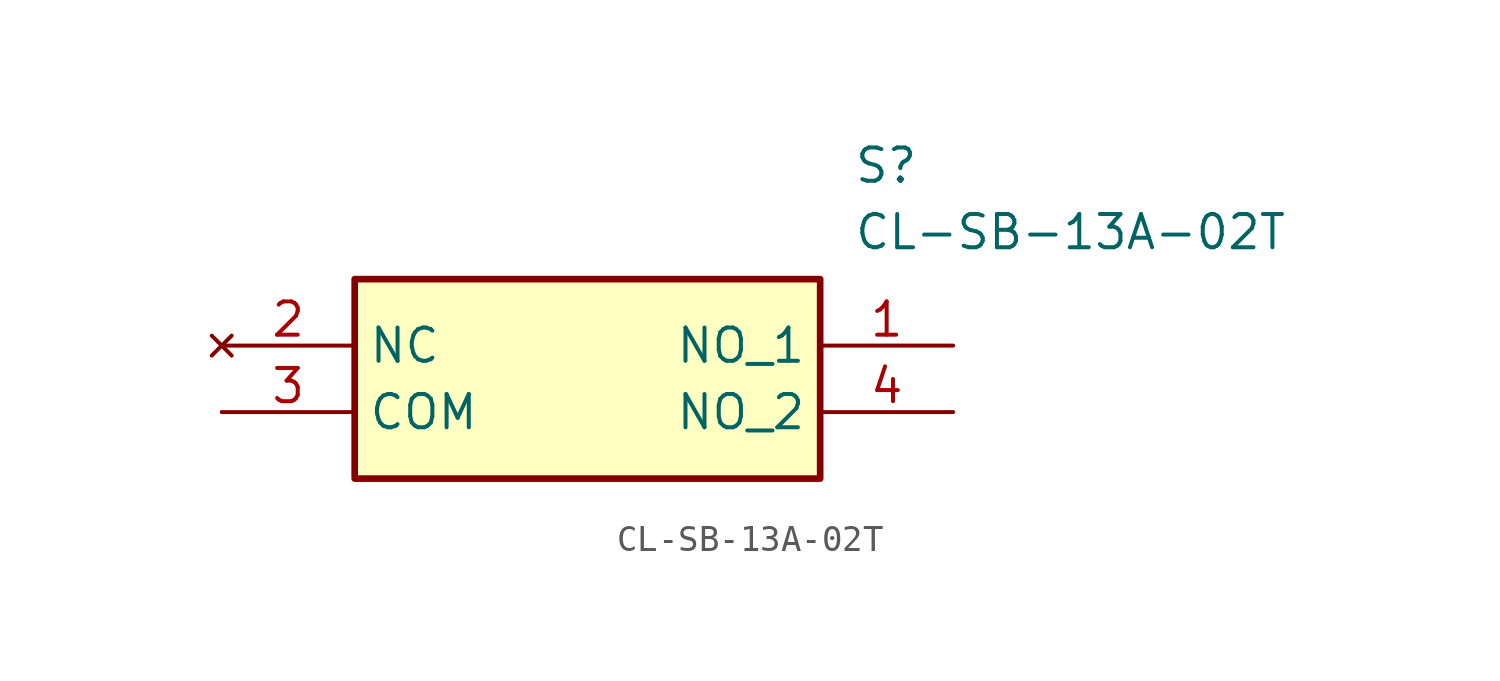
<source format=kicad_sym>
(kicad_symbol_lib
  (version 20211014)
  (generator SamacSys_ECAD_Model)
  (symbol "CL-SB-13A-02T"
    (property "Reference" "S"
      (at 24.13 7.62 0)
      (effects (font (size 1.27 1.27)) (justify left top)))
    (property "Value" "CL-SB-13A-02T"
      (at 24.13 5.08 0)
      (effects (font (size 1.27 1.27)) (justify left top)))
    (rectangle
      (start 5.08 2.54)
      (end 22.86 -5.08)
      (stroke (width 0.254) (type default))
      (fill (type background)))
    (pin passive line
      (at 27.94 0 180)
      (length 5.08)
      (name "NO_1" (effects (font (size 1.27 1.27))))
      (number "1" (effects (font (size 1.27 1.27)))))
    (pin no_connect line
      (at 0 0 0)
      (length 5.08)
      (name "NC" (effects (font (size 1.27 1.27))))
      (number "2" (effects (font (size 1.27 1.27)))))
    (pin passive line
      (at 0 -2.54 0)
      (length 5.08)
      (name "COM" (effects (font (size 1.27 1.27))))
      (number "3" (effects (font (size 1.27 1.27)))))
    (pin passive line
      (at 27.94 -2.54 180)
      (length 5.08)
      (name "NO_2" (effects (font (size 1.27 1.27))))
      (number "4" (effects (font (size 1.27 1.27)))))))
</source>
